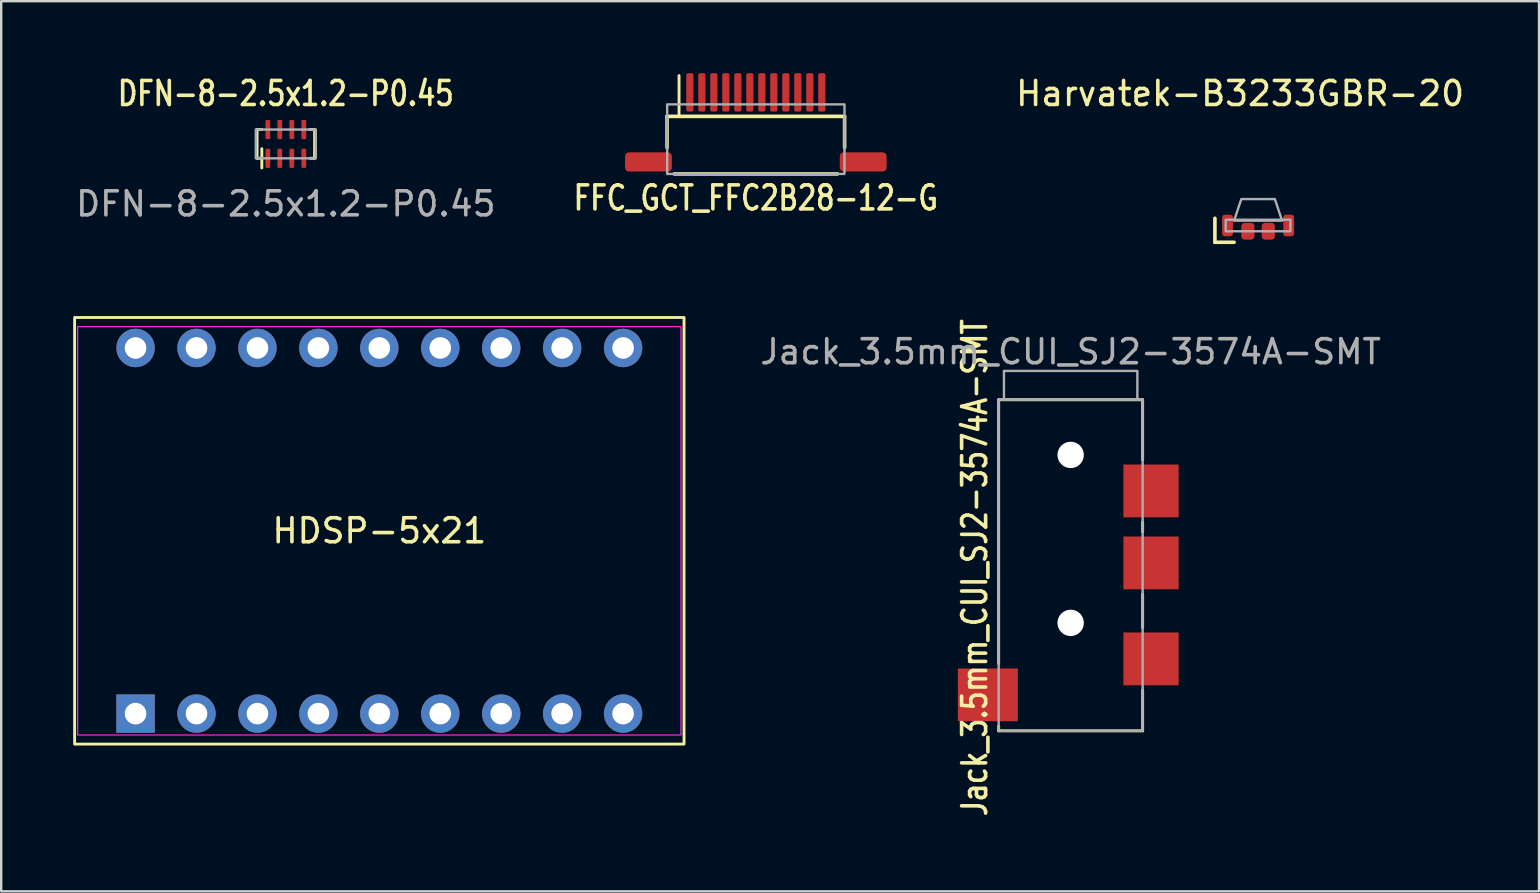
<source format=kicad_pcb>
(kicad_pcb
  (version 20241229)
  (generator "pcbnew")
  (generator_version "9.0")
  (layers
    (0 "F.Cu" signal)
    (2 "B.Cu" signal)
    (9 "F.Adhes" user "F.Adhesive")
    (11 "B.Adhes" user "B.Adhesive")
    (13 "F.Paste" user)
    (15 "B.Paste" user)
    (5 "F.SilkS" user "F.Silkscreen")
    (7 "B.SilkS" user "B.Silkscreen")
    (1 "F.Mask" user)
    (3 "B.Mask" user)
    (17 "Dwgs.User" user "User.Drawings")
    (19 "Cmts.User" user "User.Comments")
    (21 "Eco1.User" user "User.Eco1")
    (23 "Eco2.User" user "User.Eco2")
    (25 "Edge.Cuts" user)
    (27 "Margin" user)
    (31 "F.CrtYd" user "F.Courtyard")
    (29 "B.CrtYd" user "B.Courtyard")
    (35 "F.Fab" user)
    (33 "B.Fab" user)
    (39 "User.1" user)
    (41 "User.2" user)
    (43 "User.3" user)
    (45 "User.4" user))
  (footprint "DFN-8-2.5x1.2-P0.45"
    (layer "F.Cu")
    (at 8.863 2.948)
    (property "Reference" "DFN-8-2.5x1.2-P0.45" (at 0 -2.1 0) (unlocked yes) (layer "F.SilkS") (effects (font (size 1 0.8) (thickness 0.15))))
    (attr smd)
    (fp_line (start -1.2 -0.6) (end -1 -0.6) (stroke (width 0.12) (type default)) (layer "F.SilkS"))
    (fp_line (start -1.2 0.6) (end -1.2 -0.6) (stroke (width 0.12) (type default)) (layer "F.SilkS"))
    (fp_line (start -1.2 0.6) (end -1 0.6) (stroke (width 0.12) (type default)) (layer "F.SilkS"))
    (fp_line (start -1 0.6) (end -1 0.2) (stroke (width 0.12) (type default)) (layer "F.SilkS"))
    (fp_line (start -1 0.6) (end -1 1) (stroke (width 0.12) (type default)) (layer "F.SilkS"))
    (fp_line (start 1.2 -0.6) (end 1 -0.6) (stroke (width 0.12) (type default)) (layer "F.SilkS"))
    (fp_line (start 1.2 0.6) (end 1 0.6) (stroke (width 0.12) (type default)) (layer "F.SilkS"))
    (fp_line (start 1.2 0.6) (end 1.2 -0.6) (stroke (width 0.12) (type default)) (layer "F.SilkS"))
    (fp_rect (start -1.25 -0.6) (end 1.25 0.6) (stroke (width 0.1) (type default)) (fill no) (layer "F.Fab"))
    (fp_text user "${REFERENCE}" (at 0 2.5 0) (unlocked yes) (layer "F.Fab") (effects (font (size 1 1) (thickness 0.15))))
    (pad "1" smd roundrect (at -0.75 0.6) (size 0.2 0.8) (layers "F.Cu" "F.Mask" "F.Paste") (roundrect_rratio 0.25))
    (pad "2" smd roundrect (at -0.25 0.6) (size 0.2 0.8) (layers "F.Cu" "F.Mask" "F.Paste") (roundrect_rratio 0.25))
    (pad "3" smd roundrect (at 0.25 0.6) (size 0.2 0.8) (layers "F.Cu" "F.Mask" "F.Paste") (roundrect_rratio 0.25))
    (pad "4" smd roundrect (at 0.75 0.6) (size 0.2 0.8) (layers "F.Cu" "F.Mask" "F.Paste") (roundrect_rratio 0.25))
    (pad "5" smd roundrect (at 0.75 -0.6) (size 0.2 0.8) (layers "F.Cu" "F.Mask" "F.Paste") (roundrect_rratio 0.25))
    (pad "6" smd roundrect (at 0.25 -0.6) (size 0.2 0.8) (layers "F.Cu" "F.Mask" "F.Paste") (roundrect_rratio 0.25))
    (pad "7" smd roundrect (at -0.25 -0.6) (size 0.2 0.8) (layers "F.Cu" "F.Mask" "F.Paste") (roundrect_rratio 0.25))
    (pad "8" smd roundrect (at -0.75 -0.6) (size 0.2 0.8) (layers "F.Cu" "F.Mask" "F.Paste") (roundrect_rratio 0.25)))
  (footprint "Harvatek-B3233GBR-20"
    (layer "F.Cu")
    (at 49.386 6.348)
    (property "Reference" "Harvatek-B3233GBR-20" (at -0.75 -5.5 0) (unlocked yes) (layer "F.SilkS") (effects (font (size 1 1) (thickness 0.15))))
    (attr smd)
    (fp_line (start -1.8 -0.3) (end -1.8 0.7) (stroke (width 0.15) (type default)) (layer "F.SilkS"))
    (fp_line (start -1.8 0.7) (end -1 0.7) (stroke (width 0.15) (type default)) (layer "F.SilkS"))
    (fp_rect (start -1.35 -0.24) (end 1.35 0.24) (stroke (width 0.1) (type solid)) (fill no) (layer "F.Fab"))
    (fp_poly (pts (xy -1 -0.2) (xy -0.7 -1.1) (xy 0.7 -1.1) (xy 1 -0.2)) (stroke (width 0.1) (type solid)) (fill no) (layer "F.Fab"))
    (pad "1" smd roundrect (at -1.275 0) (size 0.45 0.9) (layers "F.Cu" "F.Mask" "F.Paste") (roundrect_rratio 0.25))
    (pad "2" smd roundrect (at -0.425 0.24) (size 0.55 0.7) (layers "F.Cu" "F.Mask" "F.Paste") (roundrect_rratio 0.25))
    (pad "3" smd roundrect (at 0.425 0.24) (size 0.55 0.7) (layers "F.Cu" "F.Mask" "F.Paste") (roundrect_rratio 0.25))
    (pad "4" smd roundrect (at 1.275 0) (size 0.45 0.9) (layers "F.Cu" "F.Mask" "F.Paste") (roundrect_rratio 0.25)))
  (footprint "FFC_GCT_FFC2B28-12-G"
    (layer "F.Cu")
    (at 28.452 3.7)
    (property "Reference" "FFC_GCT_FFC2B28-12-G" (at 0 1.5 0) (layer "F.SilkS") (effects (font (size 1 0.8) (thickness 0.15))))
    (attr smd)
    (fp_line (start -3.7 -1.9) (end 3.7 -1.9) (stroke (width 0.15) (type solid)) (layer "F.SilkS"))
    (fp_line (start -3.7 -0.6) (end -3.7 -1.9) (stroke (width 0.15) (type solid)) (layer "F.SilkS"))
    (fp_line (start -3.2 -3.6) (end -3.2 -1.9) (stroke (width 0.12) (type default)) (layer "F.SilkS"))
    (fp_line (start 3.4 0.5) (end -3.4 0.5) (stroke (width 0.15) (type solid)) (layer "F.SilkS"))
    (fp_line (start 3.7 -1.9) (end 3.7 -0.6) (stroke (width 0.15) (type solid)) (layer "F.SilkS"))
    (fp_rect (start -3.695 -2.4) (end 3.695 0.5) (stroke (width 0.1) (type default)) (fill no) (layer "F.Fab"))
    (pad "1" smd roundrect (at -2.75 -2.9) (size 0.3 1.6) (layers "F.Cu" "F.Mask" "F.Paste") (roundrect_rratio 0.25))
    (pad "2" smd roundrect (at -2.25 -2.9) (size 0.3 1.6) (layers "F.Cu" "F.Mask" "F.Paste") (roundrect_rratio 0.25))
    (pad "3" smd roundrect (at -1.75 -2.9) (size 0.3 1.6) (layers "F.Cu" "F.Mask" "F.Paste") (roundrect_rratio 0.25))
    (pad "4" smd roundrect (at -1.25 -2.9) (size 0.3 1.6) (layers "F.Cu" "F.Mask" "F.Paste") (roundrect_rratio 0.25))
    (pad "5" smd roundrect (at -0.75 -2.9) (size 0.3 1.6) (layers "F.Cu" "F.Mask" "F.Paste") (roundrect_rratio 0.25))
    (pad "6" smd roundrect (at -0.25 -2.9) (size 0.3 1.6) (layers "F.Cu" "F.Mask" "F.Paste") (roundrect_rratio 0.25))
    (pad "7" smd roundrect (at 0.25 -2.9) (size 0.3 1.6) (layers "F.Cu" "F.Mask" "F.Paste") (roundrect_rratio 0.25))
    (pad "8" smd roundrect (at 0.75 -2.9) (size 0.3 1.6) (layers "F.Cu" "F.Mask" "F.Paste") (roundrect_rratio 0.25))
    (pad "9" smd roundrect (at 1.25 -2.9) (size 0.3 1.6) (layers "F.Cu" "F.Mask" "F.Paste") (roundrect_rratio 0.25))
    (pad "10" smd roundrect (at 1.75 -2.9) (size 0.3 1.6) (layers "F.Cu" "F.Mask" "F.Paste") (roundrect_rratio 0.25))
    (pad "11" smd roundrect (at 2.25 -2.9) (size 0.3 1.6) (layers "F.Cu" "F.Mask" "F.Paste") (roundrect_rratio 0.25))
    (pad "12" smd roundrect (at 2.75 -2.9) (size 0.3 1.6) (layers "F.Cu" "F.Mask" "F.Paste") (roundrect_rratio 0.25))
    (pad "NC" smd roundrect (at -4.475 0 180) (size 1.95 0.8) (layers "F.Cu" "F.Mask" "F.Paste") (roundrect_rratio 0.2))
    (pad "NC" smd roundrect (at 4.475 0 180) (size 1.95 0.8) (layers "F.Cu" "F.Mask" "F.Paste") (roundrect_rratio 0.2)))
  (footprint "HDSP-5x21"
    (layer "F.Cu")
    (at 12.76 19.073)
    (property "Reference" "HDSP-5x21" (at 0 0 0) (layer "F.SilkS") (effects (font (size 1 1) (thickness 0.15))))
    (attr through_hole)
    (fp_rect (start -12.7 -8.89) (end 12.7 8.89) (stroke (width 0.12) (type default)) (fill no) (layer "F.SilkS"))
    (fp_rect (start -12.573 -8.51) (end 12.573 8.51) (stroke (width 0.05) (type default)) (fill no) (layer "F.CrtYd"))
    (pad "1" thru_hole rect (at -10.16 7.62) (size 1.6 1.6) (drill 0.9) (layers "*.Cu" "*.Mask"))
    (pad "2" thru_hole oval (at -7.62 7.62) (size 1.6 1.6) (drill 0.9) (layers "*.Cu" "*.Mask"))
    (pad "3" thru_hole oval (at -5.08 7.62) (size 1.6 1.6) (drill 0.9) (layers "*.Cu" "*.Mask"))
    (pad "4" thru_hole oval (at -2.54 7.62) (size 1.6 1.6) (drill 0.9) (layers "*.Cu" "*.Mask"))
    (pad "5" thru_hole oval (at 0 7.62) (size 1.6 1.6) (drill 0.9) (layers "*.Cu" "*.Mask"))
    (pad "6" thru_hole oval (at 2.54 7.62) (size 1.6 1.6) (drill 0.9) (layers "*.Cu" "*.Mask"))
    (pad "7" thru_hole oval (at 5.08 7.62) (size 1.6 1.6) (drill 0.9) (layers "*.Cu" "*.Mask"))
    (pad "8" thru_hole oval (at 7.62 7.62) (size 1.6 1.6) (drill 0.9) (layers "*.Cu" "*.Mask"))
    (pad "9" thru_hole oval (at 10.16 7.62) (size 1.6 1.6) (drill 0.9) (layers "*.Cu" "*.Mask"))
    (pad "10" thru_hole oval (at 10.16 -7.62) (size 1.6 1.6) (drill 0.9) (layers "*.Cu" "*.Mask"))
    (pad "11" thru_hole oval (at 7.62 -7.62) (size 1.6 1.6) (drill 0.9) (layers "*.Cu" "*.Mask"))
    (pad "12" thru_hole oval (at 5.08 -7.62) (size 1.6 1.6) (drill 0.9) (layers "*.Cu" "*.Mask"))
    (pad "13" thru_hole oval (at 2.54 -7.62) (size 1.6 1.6) (drill 0.9) (layers "*.Cu" "*.Mask"))
    (pad "14" thru_hole oval (at 0 -7.62) (size 1.6 1.6) (drill 0.9) (layers "*.Cu" "*.Mask"))
    (pad "15" thru_hole oval (at -2.54 -7.62) (size 1.6 1.6) (drill 0.9) (layers "*.Cu" "*.Mask"))
    (pad "16" thru_hole oval (at -5.08 -7.62) (size 1.6 1.6) (drill 0.9) (layers "*.Cu" "*.Mask"))
    (pad "17" thru_hole oval (at -7.62 -7.62) (size 1.6 1.6) (drill 0.9) (layers "*.Cu" "*.Mask"))
    (pad "18" thru_hole oval (at -10.16 -7.62) (size 1.6 1.6) (drill 0.9) (layers "*.Cu" "*.Mask")))
  (footprint "Jack_3.5mm_CUI_SJ2-3574A-SMT"
    (layer "F.Cu")
    (at 41.574 13.611)
    (property "Reference" "Jack_3.5mm_CUI_SJ2-3574A-SMT" (at -4 7 90) (layer "F.SilkS") (effects (font (size 1 0.8) (thickness 0.15))))
    (attr smd)
    (fp_line (start -3 0) (end 3 0) (stroke (width 0.12) (type default)) (layer "F.SilkS"))
    (fp_line (start -3 11) (end -3 0) (stroke (width 0.12) (type default)) (layer "F.SilkS"))
    (fp_line (start -3 13.8) (end -3 13.6) (stroke (width 0.12) (type default)) (layer "F.SilkS"))
    (fp_line (start -3 13.8) (end 3 13.8) (stroke (width 0.12) (type default)) (layer "F.SilkS"))
    (fp_line (start 3 0) (end 3 2.5) (stroke (width 0.12) (type default)) (layer "F.SilkS"))
    (fp_line (start 3 5.5) (end 3 5.1) (stroke (width 0.12) (type default)) (layer "F.SilkS"))
    (fp_line (start 3 9.5) (end 3 8.1) (stroke (width 0.12) (type default)) (layer "F.SilkS"))
    (fp_line (start 3 13.8) (end 3 12.1) (stroke (width 0.12) (type default)) (layer "F.SilkS"))
    (fp_rect (start -3 0) (end 3 13.8) (stroke (width 0.1) (type default)) (fill no) (layer "F.Fab"))
    (fp_rect (start -2.78 -1.2) (end 2.78 0) (stroke (width 0.1) (type default)) (fill no) (layer "F.Fab"))
    (fp_text user "${REFERENCE}" (at 0 -2 0) (layer "F.Fab") (effects (font (size 1 1) (thickness 0.15))))
    (pad "" np_thru_hole circle (at 0 2.3) (size 1.1 1.1) (drill 1.105) (layers "*.Cu" "*.Mask"))
    (pad "" np_thru_hole circle (at 0 9.3) (size 1.1 1.1) (drill 1.105) (layers "*.Cu" "*.Mask"))
    (pad "R1" smd rect (at 3.35 6.8) (size 2.3 2.2) (layers "F.Cu" "F.Mask" "F.Paste"))
    (pad "R2" smd rect (at 3.35 3.8) (size 2.3 2.2) (layers "F.Cu" "F.Mask" "F.Paste"))
    (pad "S" smd rect (at -3.45 12.3) (size 2.5 2.2) (layers "F.Cu" "F.Mask" "F.Paste"))
    (pad "T" smd rect (at 3.35 10.8) (size 2.3 2.2) (layers "F.Cu" "F.Mask" "F.Paste")))
  (gr_rect
    (start -3 -3)
    (end 61.095 34.099)
    (stroke (width 0.1) (type default))
    (fill no)
    (layer "Edge.Cuts")))
</source>
